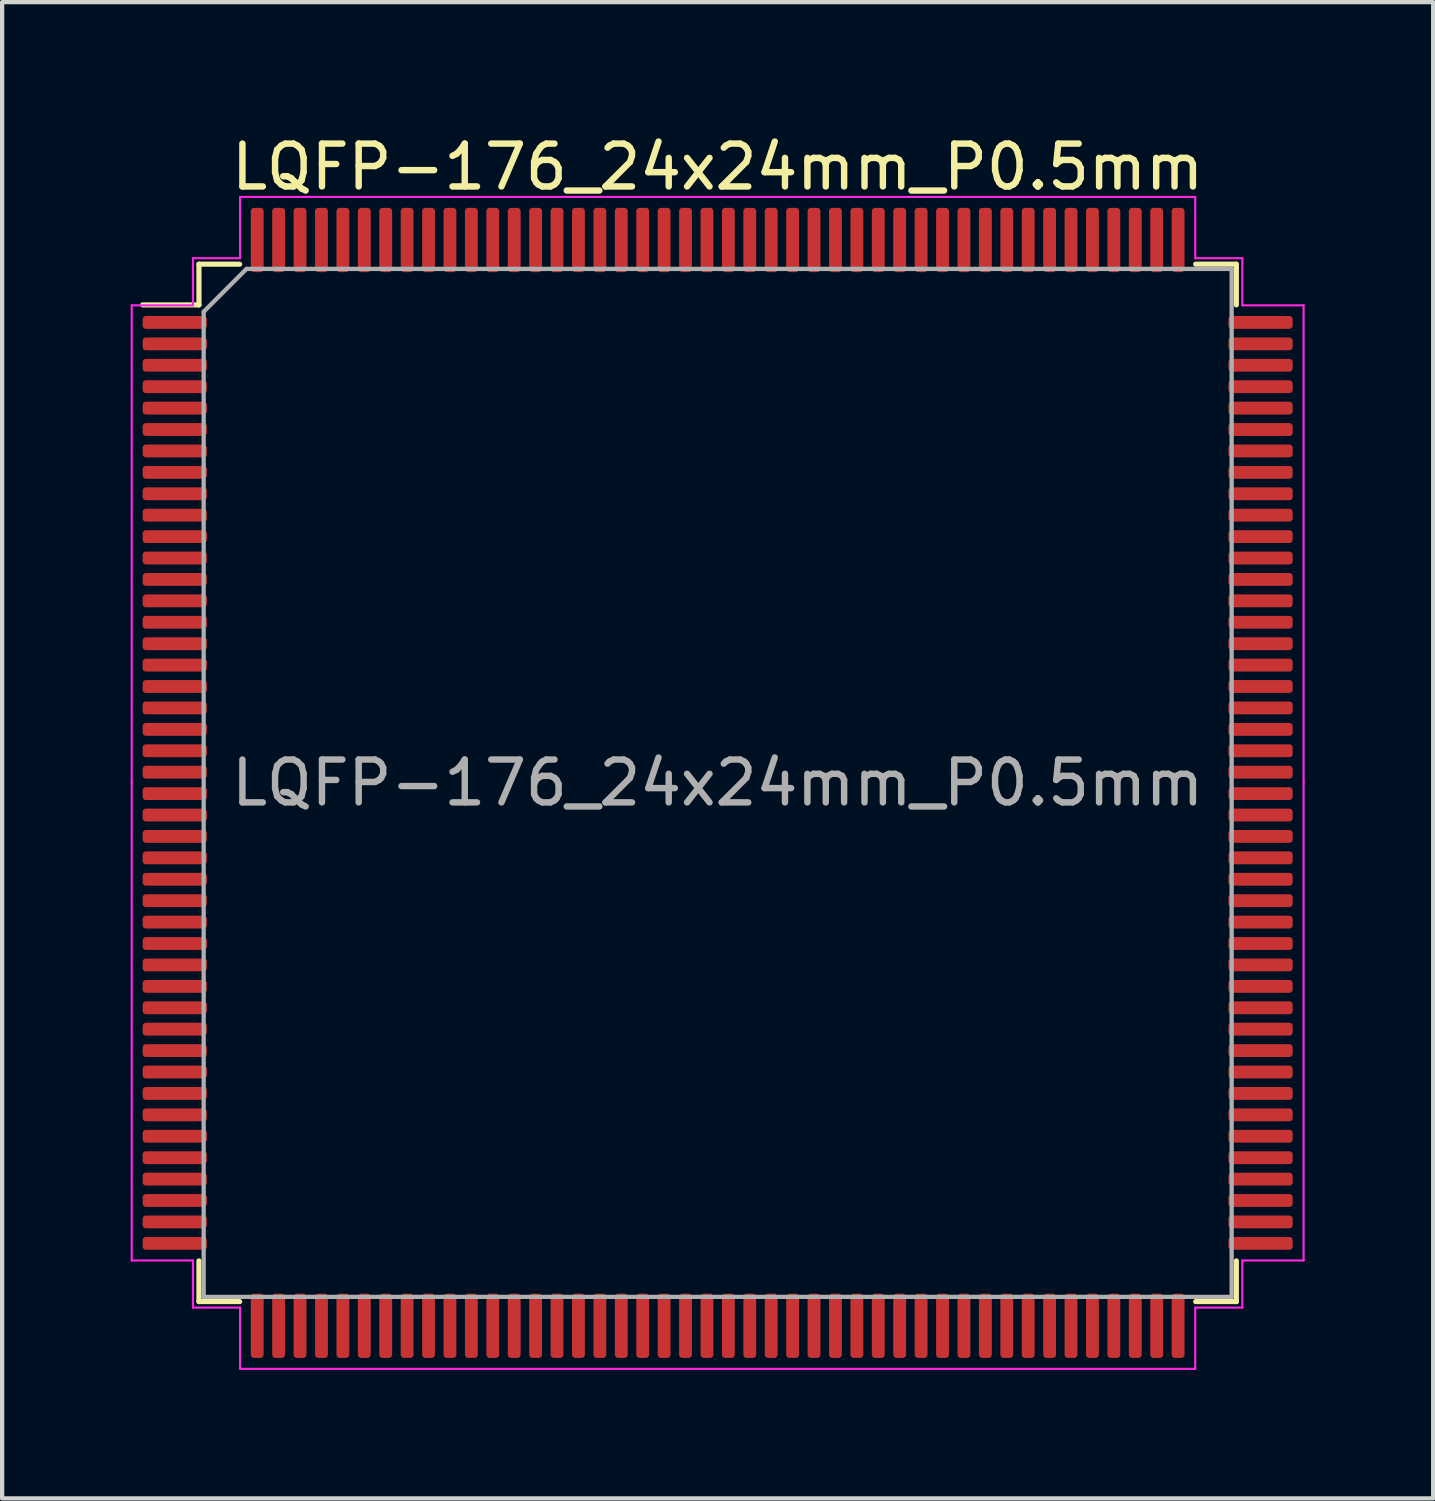
<source format=kicad_pcb>
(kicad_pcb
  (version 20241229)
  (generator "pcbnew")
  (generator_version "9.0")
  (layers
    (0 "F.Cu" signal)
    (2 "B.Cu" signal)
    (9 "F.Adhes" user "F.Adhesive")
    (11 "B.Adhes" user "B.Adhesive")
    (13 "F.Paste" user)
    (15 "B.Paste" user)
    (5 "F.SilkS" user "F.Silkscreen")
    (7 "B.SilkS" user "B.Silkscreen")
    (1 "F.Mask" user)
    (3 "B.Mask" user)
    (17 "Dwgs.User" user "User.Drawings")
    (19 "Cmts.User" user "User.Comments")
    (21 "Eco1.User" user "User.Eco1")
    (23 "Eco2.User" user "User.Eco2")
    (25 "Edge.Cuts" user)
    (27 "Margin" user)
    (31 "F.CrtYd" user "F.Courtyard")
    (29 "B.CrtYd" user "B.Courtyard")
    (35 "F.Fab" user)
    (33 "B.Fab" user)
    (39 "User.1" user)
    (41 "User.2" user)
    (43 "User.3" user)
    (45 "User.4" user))
  (footprint "LQFP-176_24x24mm_P0.5mm"
    (layer "F.Cu")
    (at 13.705 15.228)
    (property "Reference" "LQFP-176_24x24mm_P0.5mm" (at 0 -14.38 0) (layer "F.SilkS") (effects (font (size 1 1) (thickness 0.15))))
    (attr smd)
    (fp_line (start -12.11 -12.11) (end -12.11 -11.16) (stroke (width 0.12) (type solid)) (layer "F.SilkS"))
    (fp_line (start -12.11 -11.16) (end -13.425 -11.16) (stroke (width 0.12) (type solid)) (layer "F.SilkS"))
    (fp_line (start -12.11 12.11) (end -12.11 11.16) (stroke (width 0.12) (type solid)) (layer "F.SilkS"))
    (fp_line (start -11.16 -12.11) (end -12.11 -12.11) (stroke (width 0.12) (type solid)) (layer "F.SilkS"))
    (fp_line (start -11.16 12.11) (end -12.11 12.11) (stroke (width 0.12) (type solid)) (layer "F.SilkS"))
    (fp_line (start 11.16 -12.11) (end 12.11 -12.11) (stroke (width 0.12) (type solid)) (layer "F.SilkS"))
    (fp_line (start 11.16 12.11) (end 12.11 12.11) (stroke (width 0.12) (type solid)) (layer "F.SilkS"))
    (fp_line (start 12.11 -12.11) (end 12.11 -11.16) (stroke (width 0.12) (type solid)) (layer "F.SilkS"))
    (fp_line (start 12.11 12.11) (end 12.11 11.16) (stroke (width 0.12) (type solid)) (layer "F.SilkS"))
    (fp_line (start -13.68 -11.15) (end -13.68 0) (stroke (width 0.05) (type solid)) (layer "F.CrtYd"))
    (fp_line (start -13.68 11.15) (end -13.68 0) (stroke (width 0.05) (type solid)) (layer "F.CrtYd"))
    (fp_line (start -12.25 -12.25) (end -12.25 -11.15) (stroke (width 0.05) (type solid)) (layer "F.CrtYd"))
    (fp_line (start -12.25 -11.15) (end -13.68 -11.15) (stroke (width 0.05) (type solid)) (layer "F.CrtYd"))
    (fp_line (start -12.25 11.15) (end -13.68 11.15) (stroke (width 0.05) (type solid)) (layer "F.CrtYd"))
    (fp_line (start -12.25 12.25) (end -12.25 11.15) (stroke (width 0.05) (type solid)) (layer "F.CrtYd"))
    (fp_line (start -11.15 -13.68) (end -11.15 -12.25) (stroke (width 0.05) (type solid)) (layer "F.CrtYd"))
    (fp_line (start -11.15 -12.25) (end -12.25 -12.25) (stroke (width 0.05) (type solid)) (layer "F.CrtYd"))
    (fp_line (start -11.15 12.25) (end -12.25 12.25) (stroke (width 0.05) (type solid)) (layer "F.CrtYd"))
    (fp_line (start -11.15 13.68) (end -11.15 12.25) (stroke (width 0.05) (type solid)) (layer "F.CrtYd"))
    (fp_line (start 0 -13.68) (end -11.15 -13.68) (stroke (width 0.05) (type solid)) (layer "F.CrtYd"))
    (fp_line (start 0 -13.68) (end 11.15 -13.68) (stroke (width 0.05) (type solid)) (layer "F.CrtYd"))
    (fp_line (start 0 13.68) (end -11.15 13.68) (stroke (width 0.05) (type solid)) (layer "F.CrtYd"))
    (fp_line (start 0 13.68) (end 11.15 13.68) (stroke (width 0.05) (type solid)) (layer "F.CrtYd"))
    (fp_line (start 11.15 -13.68) (end 11.15 -12.25) (stroke (width 0.05) (type solid)) (layer "F.CrtYd"))
    (fp_line (start 11.15 -12.25) (end 12.25 -12.25) (stroke (width 0.05) (type solid)) (layer "F.CrtYd"))
    (fp_line (start 11.15 12.25) (end 12.25 12.25) (stroke (width 0.05) (type solid)) (layer "F.CrtYd"))
    (fp_line (start 11.15 13.68) (end 11.15 12.25) (stroke (width 0.05) (type solid)) (layer "F.CrtYd"))
    (fp_line (start 12.25 -12.25) (end 12.25 -11.15) (stroke (width 0.05) (type solid)) (layer "F.CrtYd"))
    (fp_line (start 12.25 -11.15) (end 13.68 -11.15) (stroke (width 0.05) (type solid)) (layer "F.CrtYd"))
    (fp_line (start 12.25 11.15) (end 13.68 11.15) (stroke (width 0.05) (type solid)) (layer "F.CrtYd"))
    (fp_line (start 12.25 12.25) (end 12.25 11.15) (stroke (width 0.05) (type solid)) (layer "F.CrtYd"))
    (fp_line (start 13.68 -11.15) (end 13.68 0) (stroke (width 0.05) (type solid)) (layer "F.CrtYd"))
    (fp_line (start 13.68 11.15) (end 13.68 0) (stroke (width 0.05) (type solid)) (layer "F.CrtYd"))
    (fp_line (start -12 -11) (end -11 -12) (stroke (width 0.1) (type solid)) (layer "F.Fab"))
    (fp_line (start -12 12) (end -12 -11) (stroke (width 0.1) (type solid)) (layer "F.Fab"))
    (fp_line (start -11 -12) (end 12 -12) (stroke (width 0.1) (type solid)) (layer "F.Fab"))
    (fp_line (start 12 -12) (end 12 12) (stroke (width 0.1) (type solid)) (layer "F.Fab"))
    (fp_line (start 12 12) (end -12 12) (stroke (width 0.1) (type solid)) (layer "F.Fab"))
    (fp_text user "${REFERENCE}" (at 0 0 0) (layer "F.Fab") (effects (font (size 1 1) (thickness 0.15))))
    (pad "1" smd roundrect (at -12.675 -10.75) (size 1.5 0.3) (layers "F.Cu" "F.Mask" "F.Paste") (roundrect_rratio 0.25))
    (pad "2" smd roundrect (at -12.675 -10.25) (size 1.5 0.3) (layers "F.Cu" "F.Mask" "F.Paste") (roundrect_rratio 0.25))
    (pad "3" smd roundrect (at -12.675 -9.75) (size 1.5 0.3) (layers "F.Cu" "F.Mask" "F.Paste") (roundrect_rratio 0.25))
    (pad "4" smd roundrect (at -12.675 -9.25) (size 1.5 0.3) (layers "F.Cu" "F.Mask" "F.Paste") (roundrect_rratio 0.25))
    (pad "5" smd roundrect (at -12.675 -8.75) (size 1.5 0.3) (layers "F.Cu" "F.Mask" "F.Paste") (roundrect_rratio 0.25))
    (pad "6" smd roundrect (at -12.675 -8.25) (size 1.5 0.3) (layers "F.Cu" "F.Mask" "F.Paste") (roundrect_rratio 0.25))
    (pad "7" smd roundrect (at -12.675 -7.75) (size 1.5 0.3) (layers "F.Cu" "F.Mask" "F.Paste") (roundrect_rratio 0.25))
    (pad "8" smd roundrect (at -12.675 -7.25) (size 1.5 0.3) (layers "F.Cu" "F.Mask" "F.Paste") (roundrect_rratio 0.25))
    (pad "9" smd roundrect (at -12.675 -6.75) (size 1.5 0.3) (layers "F.Cu" "F.Mask" "F.Paste") (roundrect_rratio 0.25))
    (pad "10" smd roundrect (at -12.675 -6.25) (size 1.5 0.3) (layers "F.Cu" "F.Mask" "F.Paste") (roundrect_rratio 0.25))
    (pad "11" smd roundrect (at -12.675 -5.75) (size 1.5 0.3) (layers "F.Cu" "F.Mask" "F.Paste") (roundrect_rratio 0.25))
    (pad "12" smd roundrect (at -12.675 -5.25) (size 1.5 0.3) (layers "F.Cu" "F.Mask" "F.Paste") (roundrect_rratio 0.25))
    (pad "13" smd roundrect (at -12.675 -4.75) (size 1.5 0.3) (layers "F.Cu" "F.Mask" "F.Paste") (roundrect_rratio 0.25))
    (pad "14" smd roundrect (at -12.675 -4.25) (size 1.5 0.3) (layers "F.Cu" "F.Mask" "F.Paste") (roundrect_rratio 0.25))
    (pad "15" smd roundrect (at -12.675 -3.75) (size 1.5 0.3) (layers "F.Cu" "F.Mask" "F.Paste") (roundrect_rratio 0.25))
    (pad "16" smd roundrect (at -12.675 -3.25) (size 1.5 0.3) (layers "F.Cu" "F.Mask" "F.Paste") (roundrect_rratio 0.25))
    (pad "17" smd roundrect (at -12.675 -2.75) (size 1.5 0.3) (layers "F.Cu" "F.Mask" "F.Paste") (roundrect_rratio 0.25))
    (pad "18" smd roundrect (at -12.675 -2.25) (size 1.5 0.3) (layers "F.Cu" "F.Mask" "F.Paste") (roundrect_rratio 0.25))
    (pad "19" smd roundrect (at -12.675 -1.75) (size 1.5 0.3) (layers "F.Cu" "F.Mask" "F.Paste") (roundrect_rratio 0.25))
    (pad "20" smd roundrect (at -12.675 -1.25) (size 1.5 0.3) (layers "F.Cu" "F.Mask" "F.Paste") (roundrect_rratio 0.25))
    (pad "21" smd roundrect (at -12.675 -0.75) (size 1.5 0.3) (layers "F.Cu" "F.Mask" "F.Paste") (roundrect_rratio 0.25))
    (pad "22" smd roundrect (at -12.675 -0.25) (size 1.5 0.3) (layers "F.Cu" "F.Mask" "F.Paste") (roundrect_rratio 0.25))
    (pad "23" smd roundrect (at -12.675 0.25) (size 1.5 0.3) (layers "F.Cu" "F.Mask" "F.Paste") (roundrect_rratio 0.25))
    (pad "24" smd roundrect (at -12.675 0.75) (size 1.5 0.3) (layers "F.Cu" "F.Mask" "F.Paste") (roundrect_rratio 0.25))
    (pad "25" smd roundrect (at -12.675 1.25) (size 1.5 0.3) (layers "F.Cu" "F.Mask" "F.Paste") (roundrect_rratio 0.25))
    (pad "26" smd roundrect (at -12.675 1.75) (size 1.5 0.3) (layers "F.Cu" "F.Mask" "F.Paste") (roundrect_rratio 0.25))
    (pad "27" smd roundrect (at -12.675 2.25) (size 1.5 0.3) (layers "F.Cu" "F.Mask" "F.Paste") (roundrect_rratio 0.25))
    (pad "28" smd roundrect (at -12.675 2.75) (size 1.5 0.3) (layers "F.Cu" "F.Mask" "F.Paste") (roundrect_rratio 0.25))
    (pad "29" smd roundrect (at -12.675 3.25) (size 1.5 0.3) (layers "F.Cu" "F.Mask" "F.Paste") (roundrect_rratio 0.25))
    (pad "30" smd roundrect (at -12.675 3.75) (size 1.5 0.3) (layers "F.Cu" "F.Mask" "F.Paste") (roundrect_rratio 0.25))
    (pad "31" smd roundrect (at -12.675 4.25) (size 1.5 0.3) (layers "F.Cu" "F.Mask" "F.Paste") (roundrect_rratio 0.25))
    (pad "32" smd roundrect (at -12.675 4.75) (size 1.5 0.3) (layers "F.Cu" "F.Mask" "F.Paste") (roundrect_rratio 0.25))
    (pad "33" smd roundrect (at -12.675 5.25) (size 1.5 0.3) (layers "F.Cu" "F.Mask" "F.Paste") (roundrect_rratio 0.25))
    (pad "34" smd roundrect (at -12.675 5.75) (size 1.5 0.3) (layers "F.Cu" "F.Mask" "F.Paste") (roundrect_rratio 0.25))
    (pad "35" smd roundrect (at -12.675 6.25) (size 1.5 0.3) (layers "F.Cu" "F.Mask" "F.Paste") (roundrect_rratio 0.25))
    (pad "36" smd roundrect (at -12.675 6.75) (size 1.5 0.3) (layers "F.Cu" "F.Mask" "F.Paste") (roundrect_rratio 0.25))
    (pad "37" smd roundrect (at -12.675 7.25) (size 1.5 0.3) (layers "F.Cu" "F.Mask" "F.Paste") (roundrect_rratio 0.25))
    (pad "38" smd roundrect (at -12.675 7.75) (size 1.5 0.3) (layers "F.Cu" "F.Mask" "F.Paste") (roundrect_rratio 0.25))
    (pad "39" smd roundrect (at -12.675 8.25) (size 1.5 0.3) (layers "F.Cu" "F.Mask" "F.Paste") (roundrect_rratio 0.25))
    (pad "40" smd roundrect (at -12.675 8.75) (size 1.5 0.3) (layers "F.Cu" "F.Mask" "F.Paste") (roundrect_rratio 0.25))
    (pad "41" smd roundrect (at -12.675 9.25) (size 1.5 0.3) (layers "F.Cu" "F.Mask" "F.Paste") (roundrect_rratio 0.25))
    (pad "42" smd roundrect (at -12.675 9.75) (size 1.5 0.3) (layers "F.Cu" "F.Mask" "F.Paste") (roundrect_rratio 0.25))
    (pad "43" smd roundrect (at -12.675 10.25) (size 1.5 0.3) (layers "F.Cu" "F.Mask" "F.Paste") (roundrect_rratio 0.25))
    (pad "44" smd roundrect (at -12.675 10.75) (size 1.5 0.3) (layers "F.Cu" "F.Mask" "F.Paste") (roundrect_rratio 0.25))
    (pad "45" smd roundrect (at -10.75 12.675) (size 0.3 1.5) (layers "F.Cu" "F.Mask" "F.Paste") (roundrect_rratio 0.25))
    (pad "46" smd roundrect (at -10.25 12.675) (size 0.3 1.5) (layers "F.Cu" "F.Mask" "F.Paste") (roundrect_rratio 0.25))
    (pad "47" smd roundrect (at -9.75 12.675) (size 0.3 1.5) (layers "F.Cu" "F.Mask" "F.Paste") (roundrect_rratio 0.25))
    (pad "48" smd roundrect (at -9.25 12.675) (size 0.3 1.5) (layers "F.Cu" "F.Mask" "F.Paste") (roundrect_rratio 0.25))
    (pad "49" smd roundrect (at -8.75 12.675) (size 0.3 1.5) (layers "F.Cu" "F.Mask" "F.Paste") (roundrect_rratio 0.25))
    (pad "50" smd roundrect (at -8.25 12.675) (size 0.3 1.5) (layers "F.Cu" "F.Mask" "F.Paste") (roundrect_rratio 0.25))
    (pad "51" smd roundrect (at -7.75 12.675) (size 0.3 1.5) (layers "F.Cu" "F.Mask" "F.Paste") (roundrect_rratio 0.25))
    (pad "52" smd roundrect (at -7.25 12.675) (size 0.3 1.5) (layers "F.Cu" "F.Mask" "F.Paste") (roundrect_rratio 0.25))
    (pad "53" smd roundrect (at -6.75 12.675) (size 0.3 1.5) (layers "F.Cu" "F.Mask" "F.Paste") (roundrect_rratio 0.25))
    (pad "54" smd roundrect (at -6.25 12.675) (size 0.3 1.5) (layers "F.Cu" "F.Mask" "F.Paste") (roundrect_rratio 0.25))
    (pad "55" smd roundrect (at -5.75 12.675) (size 0.3 1.5) (layers "F.Cu" "F.Mask" "F.Paste") (roundrect_rratio 0.25))
    (pad "56" smd roundrect (at -5.25 12.675) (size 0.3 1.5) (layers "F.Cu" "F.Mask" "F.Paste") (roundrect_rratio 0.25))
    (pad "57" smd roundrect (at -4.75 12.675) (size 0.3 1.5) (layers "F.Cu" "F.Mask" "F.Paste") (roundrect_rratio 0.25))
    (pad "58" smd roundrect (at -4.25 12.675) (size 0.3 1.5) (layers "F.Cu" "F.Mask" "F.Paste") (roundrect_rratio 0.25))
    (pad "59" smd roundrect (at -3.75 12.675) (size 0.3 1.5) (layers "F.Cu" "F.Mask" "F.Paste") (roundrect_rratio 0.25))
    (pad "60" smd roundrect (at -3.25 12.675) (size 0.3 1.5) (layers "F.Cu" "F.Mask" "F.Paste") (roundrect_rratio 0.25))
    (pad "61" smd roundrect (at -2.75 12.675) (size 0.3 1.5) (layers "F.Cu" "F.Mask" "F.Paste") (roundrect_rratio 0.25))
    (pad "62" smd roundrect (at -2.25 12.675) (size 0.3 1.5) (layers "F.Cu" "F.Mask" "F.Paste") (roundrect_rratio 0.25))
    (pad "63" smd roundrect (at -1.75 12.675) (size 0.3 1.5) (layers "F.Cu" "F.Mask" "F.Paste") (roundrect_rratio 0.25))
    (pad "64" smd roundrect (at -1.25 12.675) (size 0.3 1.5) (layers "F.Cu" "F.Mask" "F.Paste") (roundrect_rratio 0.25))
    (pad "65" smd roundrect (at -0.75 12.675) (size 0.3 1.5) (layers "F.Cu" "F.Mask" "F.Paste") (roundrect_rratio 0.25))
    (pad "66" smd roundrect (at -0.25 12.675) (size 0.3 1.5) (layers "F.Cu" "F.Mask" "F.Paste") (roundrect_rratio 0.25))
    (pad "67" smd roundrect (at 0.25 12.675) (size 0.3 1.5) (layers "F.Cu" "F.Mask" "F.Paste") (roundrect_rratio 0.25))
    (pad "68" smd roundrect (at 0.75 12.675) (size 0.3 1.5) (layers "F.Cu" "F.Mask" "F.Paste") (roundrect_rratio 0.25))
    (pad "69" smd roundrect (at 1.25 12.675) (size 0.3 1.5) (layers "F.Cu" "F.Mask" "F.Paste") (roundrect_rratio 0.25))
    (pad "70" smd roundrect (at 1.75 12.675) (size 0.3 1.5) (layers "F.Cu" "F.Mask" "F.Paste") (roundrect_rratio 0.25))
    (pad "71" smd roundrect (at 2.25 12.675) (size 0.3 1.5) (layers "F.Cu" "F.Mask" "F.Paste") (roundrect_rratio 0.25))
    (pad "72" smd roundrect (at 2.75 12.675) (size 0.3 1.5) (layers "F.Cu" "F.Mask" "F.Paste") (roundrect_rratio 0.25))
    (pad "73" smd roundrect (at 3.25 12.675) (size 0.3 1.5) (layers "F.Cu" "F.Mask" "F.Paste") (roundrect_rratio 0.25))
    (pad "74" smd roundrect (at 3.75 12.675) (size 0.3 1.5) (layers "F.Cu" "F.Mask" "F.Paste") (roundrect_rratio 0.25))
    (pad "75" smd roundrect (at 4.25 12.675) (size 0.3 1.5) (layers "F.Cu" "F.Mask" "F.Paste") (roundrect_rratio 0.25))
    (pad "76" smd roundrect (at 4.75 12.675) (size 0.3 1.5) (layers "F.Cu" "F.Mask" "F.Paste") (roundrect_rratio 0.25))
    (pad "77" smd roundrect (at 5.25 12.675) (size 0.3 1.5) (layers "F.Cu" "F.Mask" "F.Paste") (roundrect_rratio 0.25))
    (pad "78" smd roundrect (at 5.75 12.675) (size 0.3 1.5) (layers "F.Cu" "F.Mask" "F.Paste") (roundrect_rratio 0.25))
    (pad "79" smd roundrect (at 6.25 12.675) (size 0.3 1.5) (layers "F.Cu" "F.Mask" "F.Paste") (roundrect_rratio 0.25))
    (pad "80" smd roundrect (at 6.75 12.675) (size 0.3 1.5) (layers "F.Cu" "F.Mask" "F.Paste") (roundrect_rratio 0.25))
    (pad "81" smd roundrect (at 7.25 12.675) (size 0.3 1.5) (layers "F.Cu" "F.Mask" "F.Paste") (roundrect_rratio 0.25))
    (pad "82" smd roundrect (at 7.75 12.675) (size 0.3 1.5) (layers "F.Cu" "F.Mask" "F.Paste") (roundrect_rratio 0.25))
    (pad "83" smd roundrect (at 8.25 12.675) (size 0.3 1.5) (layers "F.Cu" "F.Mask" "F.Paste") (roundrect_rratio 0.25))
    (pad "84" smd roundrect (at 8.75 12.675) (size 0.3 1.5) (layers "F.Cu" "F.Mask" "F.Paste") (roundrect_rratio 0.25))
    (pad "85" smd roundrect (at 9.25 12.675) (size 0.3 1.5) (layers "F.Cu" "F.Mask" "F.Paste") (roundrect_rratio 0.25))
    (pad "86" smd roundrect (at 9.75 12.675) (size 0.3 1.5) (layers "F.Cu" "F.Mask" "F.Paste") (roundrect_rratio 0.25))
    (pad "87" smd roundrect (at 10.25 12.675) (size 0.3 1.5) (layers "F.Cu" "F.Mask" "F.Paste") (roundrect_rratio 0.25))
    (pad "88" smd roundrect (at 10.75 12.675) (size 0.3 1.5) (layers "F.Cu" "F.Mask" "F.Paste") (roundrect_rratio 0.25))
    (pad "89" smd roundrect (at 12.675 10.75) (size 1.5 0.3) (layers "F.Cu" "F.Mask" "F.Paste") (roundrect_rratio 0.25))
    (pad "90" smd roundrect (at 12.675 10.25) (size 1.5 0.3) (layers "F.Cu" "F.Mask" "F.Paste") (roundrect_rratio 0.25))
    (pad "91" smd roundrect (at 12.675 9.75) (size 1.5 0.3) (layers "F.Cu" "F.Mask" "F.Paste") (roundrect_rratio 0.25))
    (pad "92" smd roundrect (at 12.675 9.25) (size 1.5 0.3) (layers "F.Cu" "F.Mask" "F.Paste") (roundrect_rratio 0.25))
    (pad "93" smd roundrect (at 12.675 8.75) (size 1.5 0.3) (layers "F.Cu" "F.Mask" "F.Paste") (roundrect_rratio 0.25))
    (pad "94" smd roundrect (at 12.675 8.25) (size 1.5 0.3) (layers "F.Cu" "F.Mask" "F.Paste") (roundrect_rratio 0.25))
    (pad "95" smd roundrect (at 12.675 7.75) (size 1.5 0.3) (layers "F.Cu" "F.Mask" "F.Paste") (roundrect_rratio 0.25))
    (pad "96" smd roundrect (at 12.675 7.25) (size 1.5 0.3) (layers "F.Cu" "F.Mask" "F.Paste") (roundrect_rratio 0.25))
    (pad "97" smd roundrect (at 12.675 6.75) (size 1.5 0.3) (layers "F.Cu" "F.Mask" "F.Paste") (roundrect_rratio 0.25))
    (pad "98" smd roundrect (at 12.675 6.25) (size 1.5 0.3) (layers "F.Cu" "F.Mask" "F.Paste") (roundrect_rratio 0.25))
    (pad "99" smd roundrect (at 12.675 5.75) (size 1.5 0.3) (layers "F.Cu" "F.Mask" "F.Paste") (roundrect_rratio 0.25))
    (pad "100" smd roundrect (at 12.675 5.25) (size 1.5 0.3) (layers "F.Cu" "F.Mask" "F.Paste") (roundrect_rratio 0.25))
    (pad "101" smd roundrect (at 12.675 4.75) (size 1.5 0.3) (layers "F.Cu" "F.Mask" "F.Paste") (roundrect_rratio 0.25))
    (pad "102" smd roundrect (at 12.675 4.25) (size 1.5 0.3) (layers "F.Cu" "F.Mask" "F.Paste") (roundrect_rratio 0.25))
    (pad "103" smd roundrect (at 12.675 3.75) (size 1.5 0.3) (layers "F.Cu" "F.Mask" "F.Paste") (roundrect_rratio 0.25))
    (pad "104" smd roundrect (at 12.675 3.25) (size 1.5 0.3) (layers "F.Cu" "F.Mask" "F.Paste") (roundrect_rratio 0.25))
    (pad "105" smd roundrect (at 12.675 2.75) (size 1.5 0.3) (layers "F.Cu" "F.Mask" "F.Paste") (roundrect_rratio 0.25))
    (pad "106" smd roundrect (at 12.675 2.25) (size 1.5 0.3) (layers "F.Cu" "F.Mask" "F.Paste") (roundrect_rratio 0.25))
    (pad "107" smd roundrect (at 12.675 1.75) (size 1.5 0.3) (layers "F.Cu" "F.Mask" "F.Paste") (roundrect_rratio 0.25))
    (pad "108" smd roundrect (at 12.675 1.25) (size 1.5 0.3) (layers "F.Cu" "F.Mask" "F.Paste") (roundrect_rratio 0.25))
    (pad "109" smd roundrect (at 12.675 0.75) (size 1.5 0.3) (layers "F.Cu" "F.Mask" "F.Paste") (roundrect_rratio 0.25))
    (pad "110" smd roundrect (at 12.675 0.25) (size 1.5 0.3) (layers "F.Cu" "F.Mask" "F.Paste") (roundrect_rratio 0.25))
    (pad "111" smd roundrect (at 12.675 -0.25) (size 1.5 0.3) (layers "F.Cu" "F.Mask" "F.Paste") (roundrect_rratio 0.25))
    (pad "112" smd roundrect (at 12.675 -0.75) (size 1.5 0.3) (layers "F.Cu" "F.Mask" "F.Paste") (roundrect_rratio 0.25))
    (pad "113" smd roundrect (at 12.675 -1.25) (size 1.5 0.3) (layers "F.Cu" "F.Mask" "F.Paste") (roundrect_rratio 0.25))
    (pad "114" smd roundrect (at 12.675 -1.75) (size 1.5 0.3) (layers "F.Cu" "F.Mask" "F.Paste") (roundrect_rratio 0.25))
    (pad "115" smd roundrect (at 12.675 -2.25) (size 1.5 0.3) (layers "F.Cu" "F.Mask" "F.Paste") (roundrect_rratio 0.25))
    (pad "116" smd roundrect (at 12.675 -2.75) (size 1.5 0.3) (layers "F.Cu" "F.Mask" "F.Paste") (roundrect_rratio 0.25))
    (pad "117" smd roundrect (at 12.675 -3.25) (size 1.5 0.3) (layers "F.Cu" "F.Mask" "F.Paste") (roundrect_rratio 0.25))
    (pad "118" smd roundrect (at 12.675 -3.75) (size 1.5 0.3) (layers "F.Cu" "F.Mask" "F.Paste") (roundrect_rratio 0.25))
    (pad "119" smd roundrect (at 12.675 -4.25) (size 1.5 0.3) (layers "F.Cu" "F.Mask" "F.Paste") (roundrect_rratio 0.25))
    (pad "120" smd roundrect (at 12.675 -4.75) (size 1.5 0.3) (layers "F.Cu" "F.Mask" "F.Paste") (roundrect_rratio 0.25))
    (pad "121" smd roundrect (at 12.675 -5.25) (size 1.5 0.3) (layers "F.Cu" "F.Mask" "F.Paste") (roundrect_rratio 0.25))
    (pad "122" smd roundrect (at 12.675 -5.75) (size 1.5 0.3) (layers "F.Cu" "F.Mask" "F.Paste") (roundrect_rratio 0.25))
    (pad "123" smd roundrect (at 12.675 -6.25) (size 1.5 0.3) (layers "F.Cu" "F.Mask" "F.Paste") (roundrect_rratio 0.25))
    (pad "124" smd roundrect (at 12.675 -6.75) (size 1.5 0.3) (layers "F.Cu" "F.Mask" "F.Paste") (roundrect_rratio 0.25))
    (pad "125" smd roundrect (at 12.675 -7.25) (size 1.5 0.3) (layers "F.Cu" "F.Mask" "F.Paste") (roundrect_rratio 0.25))
    (pad "126" smd roundrect (at 12.675 -7.75) (size 1.5 0.3) (layers "F.Cu" "F.Mask" "F.Paste") (roundrect_rratio 0.25))
    (pad "127" smd roundrect (at 12.675 -8.25) (size 1.5 0.3) (layers "F.Cu" "F.Mask" "F.Paste") (roundrect_rratio 0.25))
    (pad "128" smd roundrect (at 12.675 -8.75) (size 1.5 0.3) (layers "F.Cu" "F.Mask" "F.Paste") (roundrect_rratio 0.25))
    (pad "129" smd roundrect (at 12.675 -9.25) (size 1.5 0.3) (layers "F.Cu" "F.Mask" "F.Paste") (roundrect_rratio 0.25))
    (pad "130" smd roundrect (at 12.675 -9.75) (size 1.5 0.3) (layers "F.Cu" "F.Mask" "F.Paste") (roundrect_rratio 0.25))
    (pad "131" smd roundrect (at 12.675 -10.25) (size 1.5 0.3) (layers "F.Cu" "F.Mask" "F.Paste") (roundrect_rratio 0.25))
    (pad "132" smd roundrect (at 12.675 -10.75) (size 1.5 0.3) (layers "F.Cu" "F.Mask" "F.Paste") (roundrect_rratio 0.25))
    (pad "133" smd roundrect (at 10.75 -12.675) (size 0.3 1.5) (layers "F.Cu" "F.Mask" "F.Paste") (roundrect_rratio 0.25))
    (pad "134" smd roundrect (at 10.25 -12.675) (size 0.3 1.5) (layers "F.Cu" "F.Mask" "F.Paste") (roundrect_rratio 0.25))
    (pad "135" smd roundrect (at 9.75 -12.675) (size 0.3 1.5) (layers "F.Cu" "F.Mask" "F.Paste") (roundrect_rratio 0.25))
    (pad "136" smd roundrect (at 9.25 -12.675) (size 0.3 1.5) (layers "F.Cu" "F.Mask" "F.Paste") (roundrect_rratio 0.25))
    (pad "137" smd roundrect (at 8.75 -12.675) (size 0.3 1.5) (layers "F.Cu" "F.Mask" "F.Paste") (roundrect_rratio 0.25))
    (pad "138" smd roundrect (at 8.25 -12.675) (size 0.3 1.5) (layers "F.Cu" "F.Mask" "F.Paste") (roundrect_rratio 0.25))
    (pad "139" smd roundrect (at 7.75 -12.675) (size 0.3 1.5) (layers "F.Cu" "F.Mask" "F.Paste") (roundrect_rratio 0.25))
    (pad "140" smd roundrect (at 7.25 -12.675) (size 0.3 1.5) (layers "F.Cu" "F.Mask" "F.Paste") (roundrect_rratio 0.25))
    (pad "141" smd roundrect (at 6.75 -12.675) (size 0.3 1.5) (layers "F.Cu" "F.Mask" "F.Paste") (roundrect_rratio 0.25))
    (pad "142" smd roundrect (at 6.25 -12.675) (size 0.3 1.5) (layers "F.Cu" "F.Mask" "F.Paste") (roundrect_rratio 0.25))
    (pad "143" smd roundrect (at 5.75 -12.675) (size 0.3 1.5) (layers "F.Cu" "F.Mask" "F.Paste") (roundrect_rratio 0.25))
    (pad "144" smd roundrect (at 5.25 -12.675) (size 0.3 1.5) (layers "F.Cu" "F.Mask" "F.Paste") (roundrect_rratio 0.25))
    (pad "145" smd roundrect (at 4.75 -12.675) (size 0.3 1.5) (layers "F.Cu" "F.Mask" "F.Paste") (roundrect_rratio 0.25))
    (pad "146" smd roundrect (at 4.25 -12.675) (size 0.3 1.5) (layers "F.Cu" "F.Mask" "F.Paste") (roundrect_rratio 0.25))
    (pad "147" smd roundrect (at 3.75 -12.675) (size 0.3 1.5) (layers "F.Cu" "F.Mask" "F.Paste") (roundrect_rratio 0.25))
    (pad "148" smd roundrect (at 3.25 -12.675) (size 0.3 1.5) (layers "F.Cu" "F.Mask" "F.Paste") (roundrect_rratio 0.25))
    (pad "149" smd roundrect (at 2.75 -12.675) (size 0.3 1.5) (layers "F.Cu" "F.Mask" "F.Paste") (roundrect_rratio 0.25))
    (pad "150" smd roundrect (at 2.25 -12.675) (size 0.3 1.5) (layers "F.Cu" "F.Mask" "F.Paste") (roundrect_rratio 0.25))
    (pad "151" smd roundrect (at 1.75 -12.675) (size 0.3 1.5) (layers "F.Cu" "F.Mask" "F.Paste") (roundrect_rratio 0.25))
    (pad "152" smd roundrect (at 1.25 -12.675) (size 0.3 1.5) (layers "F.Cu" "F.Mask" "F.Paste") (roundrect_rratio 0.25))
    (pad "153" smd roundrect (at 0.75 -12.675) (size 0.3 1.5) (layers "F.Cu" "F.Mask" "F.Paste") (roundrect_rratio 0.25))
    (pad "154" smd roundrect (at 0.25 -12.675) (size 0.3 1.5) (layers "F.Cu" "F.Mask" "F.Paste") (roundrect_rratio 0.25))
    (pad "155" smd roundrect (at -0.25 -12.675) (size 0.3 1.5) (layers "F.Cu" "F.Mask" "F.Paste") (roundrect_rratio 0.25))
    (pad "156" smd roundrect (at -0.75 -12.675) (size 0.3 1.5) (layers "F.Cu" "F.Mask" "F.Paste") (roundrect_rratio 0.25))
    (pad "157" smd roundrect (at -1.25 -12.675) (size 0.3 1.5) (layers "F.Cu" "F.Mask" "F.Paste") (roundrect_rratio 0.25))
    (pad "158" smd roundrect (at -1.75 -12.675) (size 0.3 1.5) (layers "F.Cu" "F.Mask" "F.Paste") (roundrect_rratio 0.25))
    (pad "159" smd roundrect (at -2.25 -12.675) (size 0.3 1.5) (layers "F.Cu" "F.Mask" "F.Paste") (roundrect_rratio 0.25))
    (pad "160" smd roundrect (at -2.75 -12.675) (size 0.3 1.5) (layers "F.Cu" "F.Mask" "F.Paste") (roundrect_rratio 0.25))
    (pad "161" smd roundrect (at -3.25 -12.675) (size 0.3 1.5) (layers "F.Cu" "F.Mask" "F.Paste") (roundrect_rratio 0.25))
    (pad "162" smd roundrect (at -3.75 -12.675) (size 0.3 1.5) (layers "F.Cu" "F.Mask" "F.Paste") (roundrect_rratio 0.25))
    (pad "163" smd roundrect (at -4.25 -12.675) (size 0.3 1.5) (layers "F.Cu" "F.Mask" "F.Paste") (roundrect_rratio 0.25))
    (pad "164" smd roundrect (at -4.75 -12.675) (size 0.3 1.5) (layers "F.Cu" "F.Mask" "F.Paste") (roundrect_rratio 0.25))
    (pad "165" smd roundrect (at -5.25 -12.675) (size 0.3 1.5) (layers "F.Cu" "F.Mask" "F.Paste") (roundrect_rratio 0.25))
    (pad "166" smd roundrect (at -5.75 -12.675) (size 0.3 1.5) (layers "F.Cu" "F.Mask" "F.Paste") (roundrect_rratio 0.25))
    (pad "167" smd roundrect (at -6.25 -12.675) (size 0.3 1.5) (layers "F.Cu" "F.Mask" "F.Paste") (roundrect_rratio 0.25))
    (pad "168" smd roundrect (at -6.75 -12.675) (size 0.3 1.5) (layers "F.Cu" "F.Mask" "F.Paste") (roundrect_rratio 0.25))
    (pad "169" smd roundrect (at -7.25 -12.675) (size 0.3 1.5) (layers "F.Cu" "F.Mask" "F.Paste") (roundrect_rratio 0.25))
    (pad "170" smd roundrect (at -7.75 -12.675) (size 0.3 1.5) (layers "F.Cu" "F.Mask" "F.Paste") (roundrect_rratio 0.25))
    (pad "171" smd roundrect (at -8.25 -12.675) (size 0.3 1.5) (layers "F.Cu" "F.Mask" "F.Paste") (roundrect_rratio 0.25))
    (pad "172" smd roundrect (at -8.75 -12.675) (size 0.3 1.5) (layers "F.Cu" "F.Mask" "F.Paste") (roundrect_rratio 0.25))
    (pad "173" smd roundrect (at -9.25 -12.675) (size 0.3 1.5) (layers "F.Cu" "F.Mask" "F.Paste") (roundrect_rratio 0.25))
    (pad "174" smd roundrect (at -9.75 -12.675) (size 0.3 1.5) (layers "F.Cu" "F.Mask" "F.Paste") (roundrect_rratio 0.25))
    (pad "175" smd roundrect (at -10.25 -12.675) (size 0.3 1.5) (layers "F.Cu" "F.Mask" "F.Paste") (roundrect_rratio 0.25))
    (pad "176" smd roundrect (at -10.75 -12.675) (size 0.3 1.5) (layers "F.Cu" "F.Mask" "F.Paste") (roundrect_rratio 0.25)))
  (gr_rect
    (start -3 -3)
    (end 30.41 31.933)
    (stroke (width 0.1) (type default))
    (fill no)
    (layer "Edge.Cuts")))
</source>
